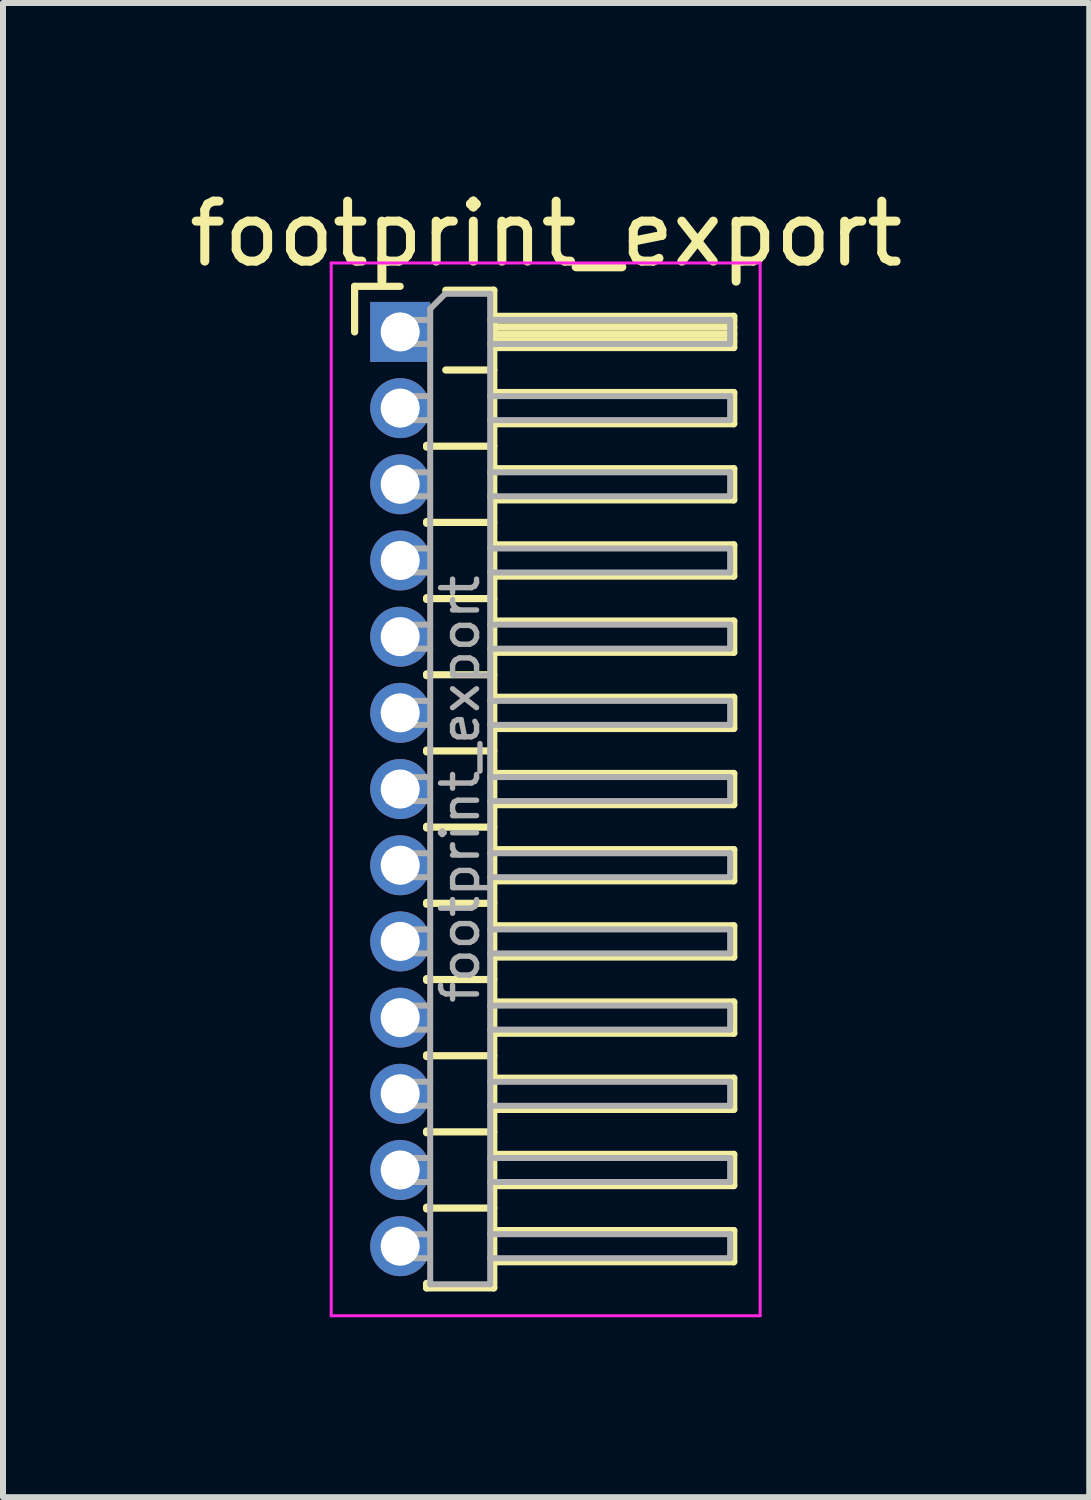
<source format=kicad_pcb>
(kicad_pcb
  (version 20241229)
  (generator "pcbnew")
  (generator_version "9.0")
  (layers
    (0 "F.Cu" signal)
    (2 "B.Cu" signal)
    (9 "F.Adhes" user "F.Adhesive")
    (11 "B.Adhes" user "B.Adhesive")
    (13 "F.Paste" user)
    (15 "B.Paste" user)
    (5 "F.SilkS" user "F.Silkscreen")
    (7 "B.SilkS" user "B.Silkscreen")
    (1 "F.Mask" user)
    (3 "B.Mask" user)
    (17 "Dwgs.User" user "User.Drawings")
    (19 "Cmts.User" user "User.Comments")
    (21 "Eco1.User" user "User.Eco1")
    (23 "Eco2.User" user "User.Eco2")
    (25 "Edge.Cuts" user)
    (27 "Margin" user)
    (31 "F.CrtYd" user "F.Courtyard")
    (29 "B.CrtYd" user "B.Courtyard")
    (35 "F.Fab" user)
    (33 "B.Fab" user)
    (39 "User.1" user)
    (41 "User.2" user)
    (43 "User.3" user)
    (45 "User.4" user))
  (footprint "footprint_export"
    (layer "F.Cu")
    (at 3.621 2.483)
    (property "Reference" "footprint_export" (at 2.433 -1.635 0) (layer "F.SilkS") (effects (font (size 1 1) (thickness 0.15))))
    (attr through_hole)
    (fp_line (start -0.76 -0.76) (end 0 -0.76) (stroke (width 0.12) (type solid)) (layer "F.SilkS"))
    (fp_line (start -0.76 0) (end -0.76 -0.76) (stroke (width 0.12) (type solid)) (layer "F.SilkS"))
    (fp_line (start 0.44 1.89) (end 0.44 1.92) (stroke (width 0.12) (type solid)) (layer "F.SilkS"))
    (fp_line (start 0.44 1.905) (end 1.56 1.905) (stroke (width 0.12) (type solid)) (layer "F.SilkS"))
    (fp_line (start 0.44 3.16) (end 0.44 3.19) (stroke (width 0.12) (type solid)) (layer "F.SilkS"))
    (fp_line (start 0.44 3.175) (end 1.56 3.175) (stroke (width 0.12) (type solid)) (layer "F.SilkS"))
    (fp_line (start 0.44 4.43) (end 0.44 4.46) (stroke (width 0.12) (type solid)) (layer "F.SilkS"))
    (fp_line (start 0.44 4.445) (end 1.56 4.445) (stroke (width 0.12) (type solid)) (layer "F.SilkS"))
    (fp_line (start 0.44 5.7) (end 0.44 5.73) (stroke (width 0.12) (type solid)) (layer "F.SilkS"))
    (fp_line (start 0.44 5.715) (end 1.56 5.715) (stroke (width 0.12) (type solid)) (layer "F.SilkS"))
    (fp_line (start 0.44 6.97) (end 0.44 7) (stroke (width 0.12) (type solid)) (layer "F.SilkS"))
    (fp_line (start 0.44 6.985) (end 1.56 6.985) (stroke (width 0.12) (type solid)) (layer "F.SilkS"))
    (fp_line (start 0.44 8.24) (end 0.44 8.27) (stroke (width 0.12) (type solid)) (layer "F.SilkS"))
    (fp_line (start 0.44 8.255) (end 1.56 8.255) (stroke (width 0.12) (type solid)) (layer "F.SilkS"))
    (fp_line (start 0.44 9.51) (end 0.44 9.54) (stroke (width 0.12) (type solid)) (layer "F.SilkS"))
    (fp_line (start 0.44 9.525) (end 1.56 9.525) (stroke (width 0.12) (type solid)) (layer "F.SilkS"))
    (fp_line (start 0.44 10.78) (end 0.44 10.81) (stroke (width 0.12) (type solid)) (layer "F.SilkS"))
    (fp_line (start 0.44 10.795) (end 1.56 10.795) (stroke (width 0.12) (type solid)) (layer "F.SilkS"))
    (fp_line (start 0.44 12.05) (end 0.44 12.08) (stroke (width 0.12) (type solid)) (layer "F.SilkS"))
    (fp_line (start 0.44 12.065) (end 1.56 12.065) (stroke (width 0.12) (type solid)) (layer "F.SilkS"))
    (fp_line (start 0.44 13.32) (end 0.44 13.35) (stroke (width 0.12) (type solid)) (layer "F.SilkS"))
    (fp_line (start 0.44 13.335) (end 1.56 13.335) (stroke (width 0.12) (type solid)) (layer "F.SilkS"))
    (fp_line (start 0.44 14.59) (end 0.44 14.62) (stroke (width 0.12) (type solid)) (layer "F.SilkS"))
    (fp_line (start 0.44 14.605) (end 1.56 14.605) (stroke (width 0.12) (type solid)) (layer "F.SilkS"))
    (fp_line (start 0.44 15.935) (end 0.44 15.86) (stroke (width 0.12) (type solid)) (layer "F.SilkS"))
    (fp_line (start 0.76 -0.695) (end 1.56 -0.695) (stroke (width 0.12) (type solid)) (layer "F.SilkS"))
    (fp_line (start 0.76 0.635) (end 1.56 0.635) (stroke (width 0.12) (type solid)) (layer "F.SilkS"))
    (fp_line (start 1.56 -0.695) (end 1.56 15.935) (stroke (width 0.12) (type solid)) (layer "F.SilkS"))
    (fp_line (start 1.56 -0.26) (end 5.56 -0.26) (stroke (width 0.12) (type solid)) (layer "F.SilkS"))
    (fp_line (start 1.56 -0.2) (end 5.56 -0.2) (stroke (width 0.12) (type solid)) (layer "F.SilkS"))
    (fp_line (start 1.56 -0.08) (end 5.56 -0.08) (stroke (width 0.12) (type solid)) (layer "F.SilkS"))
    (fp_line (start 1.56 0.04) (end 5.56 0.04) (stroke (width 0.12) (type solid)) (layer "F.SilkS"))
    (fp_line (start 1.56 0.16) (end 5.56 0.16) (stroke (width 0.12) (type solid)) (layer "F.SilkS"))
    (fp_line (start 1.56 1.01) (end 5.56 1.01) (stroke (width 0.12) (type solid)) (layer "F.SilkS"))
    (fp_line (start 1.56 2.28) (end 5.56 2.28) (stroke (width 0.12) (type solid)) (layer "F.SilkS"))
    (fp_line (start 1.56 3.55) (end 5.56 3.55) (stroke (width 0.12) (type solid)) (layer "F.SilkS"))
    (fp_line (start 1.56 4.82) (end 5.56 4.82) (stroke (width 0.12) (type solid)) (layer "F.SilkS"))
    (fp_line (start 1.56 6.09) (end 5.56 6.09) (stroke (width 0.12) (type solid)) (layer "F.SilkS"))
    (fp_line (start 1.56 7.36) (end 5.56 7.36) (stroke (width 0.12) (type solid)) (layer "F.SilkS"))
    (fp_line (start 1.56 8.63) (end 5.56 8.63) (stroke (width 0.12) (type solid)) (layer "F.SilkS"))
    (fp_line (start 1.56 9.9) (end 5.56 9.9) (stroke (width 0.12) (type solid)) (layer "F.SilkS"))
    (fp_line (start 1.56 11.17) (end 5.56 11.17) (stroke (width 0.12) (type solid)) (layer "F.SilkS"))
    (fp_line (start 1.56 12.44) (end 5.56 12.44) (stroke (width 0.12) (type solid)) (layer "F.SilkS"))
    (fp_line (start 1.56 13.71) (end 5.56 13.71) (stroke (width 0.12) (type solid)) (layer "F.SilkS"))
    (fp_line (start 1.56 14.98) (end 5.56 14.98) (stroke (width 0.12) (type solid)) (layer "F.SilkS"))
    (fp_line (start 1.56 15.935) (end 0.44 15.935) (stroke (width 0.12) (type solid)) (layer "F.SilkS"))
    (fp_line (start 5.56 -0.26) (end 5.56 0.26) (stroke (width 0.12) (type solid)) (layer "F.SilkS"))
    (fp_line (start 5.56 0.26) (end 1.56 0.26) (stroke (width 0.12) (type solid)) (layer "F.SilkS"))
    (fp_line (start 5.56 1.01) (end 5.56 1.53) (stroke (width 0.12) (type solid)) (layer "F.SilkS"))
    (fp_line (start 5.56 1.53) (end 1.56 1.53) (stroke (width 0.12) (type solid)) (layer "F.SilkS"))
    (fp_line (start 5.56 2.28) (end 5.56 2.8) (stroke (width 0.12) (type solid)) (layer "F.SilkS"))
    (fp_line (start 5.56 2.8) (end 1.56 2.8) (stroke (width 0.12) (type solid)) (layer "F.SilkS"))
    (fp_line (start 5.56 3.55) (end 5.56 4.07) (stroke (width 0.12) (type solid)) (layer "F.SilkS"))
    (fp_line (start 5.56 4.07) (end 1.56 4.07) (stroke (width 0.12) (type solid)) (layer "F.SilkS"))
    (fp_line (start 5.56 4.82) (end 5.56 5.34) (stroke (width 0.12) (type solid)) (layer "F.SilkS"))
    (fp_line (start 5.56 5.34) (end 1.56 5.34) (stroke (width 0.12) (type solid)) (layer "F.SilkS"))
    (fp_line (start 5.56 6.09) (end 5.56 6.61) (stroke (width 0.12) (type solid)) (layer "F.SilkS"))
    (fp_line (start 5.56 6.61) (end 1.56 6.61) (stroke (width 0.12) (type solid)) (layer "F.SilkS"))
    (fp_line (start 5.56 7.36) (end 5.56 7.88) (stroke (width 0.12) (type solid)) (layer "F.SilkS"))
    (fp_line (start 5.56 7.88) (end 1.56 7.88) (stroke (width 0.12) (type solid)) (layer "F.SilkS"))
    (fp_line (start 5.56 8.63) (end 5.56 9.15) (stroke (width 0.12) (type solid)) (layer "F.SilkS"))
    (fp_line (start 5.56 9.15) (end 1.56 9.15) (stroke (width 0.12) (type solid)) (layer "F.SilkS"))
    (fp_line (start 5.56 9.9) (end 5.56 10.42) (stroke (width 0.12) (type solid)) (layer "F.SilkS"))
    (fp_line (start 5.56 10.42) (end 1.56 10.42) (stroke (width 0.12) (type solid)) (layer "F.SilkS"))
    (fp_line (start 5.56 11.17) (end 5.56 11.69) (stroke (width 0.12) (type solid)) (layer "F.SilkS"))
    (fp_line (start 5.56 11.69) (end 1.56 11.69) (stroke (width 0.12) (type solid)) (layer "F.SilkS"))
    (fp_line (start 5.56 12.44) (end 5.56 12.96) (stroke (width 0.12) (type solid)) (layer "F.SilkS"))
    (fp_line (start 5.56 12.96) (end 1.56 12.96) (stroke (width 0.12) (type solid)) (layer "F.SilkS"))
    (fp_line (start 5.56 13.71) (end 5.56 14.23) (stroke (width 0.12) (type solid)) (layer "F.SilkS"))
    (fp_line (start 5.56 14.23) (end 1.56 14.23) (stroke (width 0.12) (type solid)) (layer "F.SilkS"))
    (fp_line (start 5.56 14.98) (end 5.56 15.5) (stroke (width 0.12) (type solid)) (layer "F.SilkS"))
    (fp_line (start 5.56 15.5) (end 1.56 15.5) (stroke (width 0.12) (type solid)) (layer "F.SilkS"))
    (fp_line (start -1.15 -1.15) (end -1.15 16.4) (stroke (width 0.05) (type solid)) (layer "F.CrtYd"))
    (fp_line (start -1.15 16.4) (end 6 16.4) (stroke (width 0.05) (type solid)) (layer "F.CrtYd"))
    (fp_line (start 6 -1.15) (end -1.15 -1.15) (stroke (width 0.05) (type solid)) (layer "F.CrtYd"))
    (fp_line (start 6 16.4) (end 6 -1.15) (stroke (width 0.05) (type solid)) (layer "F.CrtYd"))
    (fp_line (start -0.2 -0.2) (end -0.2 0.2) (stroke (width 0.1) (type solid)) (layer "F.Fab"))
    (fp_line (start -0.2 -0.2) (end 0.5 -0.2) (stroke (width 0.1) (type solid)) (layer "F.Fab"))
    (fp_line (start -0.2 0.2) (end 0.5 0.2) (stroke (width 0.1) (type solid)) (layer "F.Fab"))
    (fp_line (start -0.2 1.07) (end -0.2 1.47) (stroke (width 0.1) (type solid)) (layer "F.Fab"))
    (fp_line (start -0.2 1.07) (end 0.5 1.07) (stroke (width 0.1) (type solid)) (layer "F.Fab"))
    (fp_line (start -0.2 1.47) (end 0.5 1.47) (stroke (width 0.1) (type solid)) (layer "F.Fab"))
    (fp_line (start -0.2 2.34) (end -0.2 2.74) (stroke (width 0.1) (type solid)) (layer "F.Fab"))
    (fp_line (start -0.2 2.34) (end 0.5 2.34) (stroke (width 0.1) (type solid)) (layer "F.Fab"))
    (fp_line (start -0.2 2.74) (end 0.5 2.74) (stroke (width 0.1) (type solid)) (layer "F.Fab"))
    (fp_line (start -0.2 3.61) (end -0.2 4.01) (stroke (width 0.1) (type solid)) (layer "F.Fab"))
    (fp_line (start -0.2 3.61) (end 0.5 3.61) (stroke (width 0.1) (type solid)) (layer "F.Fab"))
    (fp_line (start -0.2 4.01) (end 0.5 4.01) (stroke (width 0.1) (type solid)) (layer "F.Fab"))
    (fp_line (start -0.2 4.88) (end -0.2 5.28) (stroke (width 0.1) (type solid)) (layer "F.Fab"))
    (fp_line (start -0.2 4.88) (end 0.5 4.88) (stroke (width 0.1) (type solid)) (layer "F.Fab"))
    (fp_line (start -0.2 5.28) (end 0.5 5.28) (stroke (width 0.1) (type solid)) (layer "F.Fab"))
    (fp_line (start -0.2 6.15) (end -0.2 6.55) (stroke (width 0.1) (type solid)) (layer "F.Fab"))
    (fp_line (start -0.2 6.15) (end 0.5 6.15) (stroke (width 0.1) (type solid)) (layer "F.Fab"))
    (fp_line (start -0.2 6.55) (end 0.5 6.55) (stroke (width 0.1) (type solid)) (layer "F.Fab"))
    (fp_line (start -0.2 7.42) (end -0.2 7.82) (stroke (width 0.1) (type solid)) (layer "F.Fab"))
    (fp_line (start -0.2 7.42) (end 0.5 7.42) (stroke (width 0.1) (type solid)) (layer "F.Fab"))
    (fp_line (start -0.2 7.82) (end 0.5 7.82) (stroke (width 0.1) (type solid)) (layer "F.Fab"))
    (fp_line (start -0.2 8.69) (end -0.2 9.09) (stroke (width 0.1) (type solid)) (layer "F.Fab"))
    (fp_line (start -0.2 8.69) (end 0.5 8.69) (stroke (width 0.1) (type solid)) (layer "F.Fab"))
    (fp_line (start -0.2 9.09) (end 0.5 9.09) (stroke (width 0.1) (type solid)) (layer "F.Fab"))
    (fp_line (start -0.2 9.96) (end -0.2 10.36) (stroke (width 0.1) (type solid)) (layer "F.Fab"))
    (fp_line (start -0.2 9.96) (end 0.5 9.96) (stroke (width 0.1) (type solid)) (layer "F.Fab"))
    (fp_line (start -0.2 10.36) (end 0.5 10.36) (stroke (width 0.1) (type solid)) (layer "F.Fab"))
    (fp_line (start -0.2 11.23) (end -0.2 11.63) (stroke (width 0.1) (type solid)) (layer "F.Fab"))
    (fp_line (start -0.2 11.23) (end 0.5 11.23) (stroke (width 0.1) (type solid)) (layer "F.Fab"))
    (fp_line (start -0.2 11.63) (end 0.5 11.63) (stroke (width 0.1) (type solid)) (layer "F.Fab"))
    (fp_line (start -0.2 12.5) (end -0.2 12.9) (stroke (width 0.1) (type solid)) (layer "F.Fab"))
    (fp_line (start -0.2 12.5) (end 0.5 12.5) (stroke (width 0.1) (type solid)) (layer "F.Fab"))
    (fp_line (start -0.2 12.9) (end 0.5 12.9) (stroke (width 0.1) (type solid)) (layer "F.Fab"))
    (fp_line (start -0.2 13.77) (end -0.2 14.17) (stroke (width 0.1) (type solid)) (layer "F.Fab"))
    (fp_line (start -0.2 13.77) (end 0.5 13.77) (stroke (width 0.1) (type solid)) (layer "F.Fab"))
    (fp_line (start -0.2 14.17) (end 0.5 14.17) (stroke (width 0.1) (type solid)) (layer "F.Fab"))
    (fp_line (start -0.2 15.04) (end -0.2 15.44) (stroke (width 0.1) (type solid)) (layer "F.Fab"))
    (fp_line (start -0.2 15.04) (end 0.5 15.04) (stroke (width 0.1) (type solid)) (layer "F.Fab"))
    (fp_line (start -0.2 15.44) (end 0.5 15.44) (stroke (width 0.1) (type solid)) (layer "F.Fab"))
    (fp_line (start 0.5 -0.385) (end 0.75 -0.635) (stroke (width 0.1) (type solid)) (layer "F.Fab"))
    (fp_line (start 0.5 15.875) (end 0.5 -0.385) (stroke (width 0.1) (type solid)) (layer "F.Fab"))
    (fp_line (start 0.75 -0.635) (end 1.5 -0.635) (stroke (width 0.1) (type solid)) (layer "F.Fab"))
    (fp_line (start 1.5 -0.635) (end 1.5 15.875) (stroke (width 0.1) (type solid)) (layer "F.Fab"))
    (fp_line (start 1.5 -0.2) (end 5.5 -0.2) (stroke (width 0.1) (type solid)) (layer "F.Fab"))
    (fp_line (start 1.5 0.2) (end 5.5 0.2) (stroke (width 0.1) (type solid)) (layer "F.Fab"))
    (fp_line (start 1.5 1.07) (end 5.5 1.07) (stroke (width 0.1) (type solid)) (layer "F.Fab"))
    (fp_line (start 1.5 1.47) (end 5.5 1.47) (stroke (width 0.1) (type solid)) (layer "F.Fab"))
    (fp_line (start 1.5 2.34) (end 5.5 2.34) (stroke (width 0.1) (type solid)) (layer "F.Fab"))
    (fp_line (start 1.5 2.74) (end 5.5 2.74) (stroke (width 0.1) (type solid)) (layer "F.Fab"))
    (fp_line (start 1.5 3.61) (end 5.5 3.61) (stroke (width 0.1) (type solid)) (layer "F.Fab"))
    (fp_line (start 1.5 4.01) (end 5.5 4.01) (stroke (width 0.1) (type solid)) (layer "F.Fab"))
    (fp_line (start 1.5 4.88) (end 5.5 4.88) (stroke (width 0.1) (type solid)) (layer "F.Fab"))
    (fp_line (start 1.5 5.28) (end 5.5 5.28) (stroke (width 0.1) (type solid)) (layer "F.Fab"))
    (fp_line (start 1.5 6.15) (end 5.5 6.15) (stroke (width 0.1) (type solid)) (layer "F.Fab"))
    (fp_line (start 1.5 6.55) (end 5.5 6.55) (stroke (width 0.1) (type solid)) (layer "F.Fab"))
    (fp_line (start 1.5 7.42) (end 5.5 7.42) (stroke (width 0.1) (type solid)) (layer "F.Fab"))
    (fp_line (start 1.5 7.82) (end 5.5 7.82) (stroke (width 0.1) (type solid)) (layer "F.Fab"))
    (fp_line (start 1.5 8.69) (end 5.5 8.69) (stroke (width 0.1) (type solid)) (layer "F.Fab"))
    (fp_line (start 1.5 9.09) (end 5.5 9.09) (stroke (width 0.1) (type solid)) (layer "F.Fab"))
    (fp_line (start 1.5 9.96) (end 5.5 9.96) (stroke (width 0.1) (type solid)) (layer "F.Fab"))
    (fp_line (start 1.5 10.36) (end 5.5 10.36) (stroke (width 0.1) (type solid)) (layer "F.Fab"))
    (fp_line (start 1.5 11.23) (end 5.5 11.23) (stroke (width 0.1) (type solid)) (layer "F.Fab"))
    (fp_line (start 1.5 11.63) (end 5.5 11.63) (stroke (width 0.1) (type solid)) (layer "F.Fab"))
    (fp_line (start 1.5 12.5) (end 5.5 12.5) (stroke (width 0.1) (type solid)) (layer "F.Fab"))
    (fp_line (start 1.5 12.9) (end 5.5 12.9) (stroke (width 0.1) (type solid)) (layer "F.Fab"))
    (fp_line (start 1.5 13.77) (end 5.5 13.77) (stroke (width 0.1) (type solid)) (layer "F.Fab"))
    (fp_line (start 1.5 14.17) (end 5.5 14.17) (stroke (width 0.1) (type solid)) (layer "F.Fab"))
    (fp_line (start 1.5 15.04) (end 5.5 15.04) (stroke (width 0.1) (type solid)) (layer "F.Fab"))
    (fp_line (start 1.5 15.44) (end 5.5 15.44) (stroke (width 0.1) (type solid)) (layer "F.Fab"))
    (fp_line (start 1.5 15.875) (end 0.5 15.875) (stroke (width 0.1) (type solid)) (layer "F.Fab"))
    (fp_line (start 5.5 -0.2) (end 5.5 0.2) (stroke (width 0.1) (type solid)) (layer "F.Fab"))
    (fp_line (start 5.5 1.07) (end 5.5 1.47) (stroke (width 0.1) (type solid)) (layer "F.Fab"))
    (fp_line (start 5.5 2.34) (end 5.5 2.74) (stroke (width 0.1) (type solid)) (layer "F.Fab"))
    (fp_line (start 5.5 3.61) (end 5.5 4.01) (stroke (width 0.1) (type solid)) (layer "F.Fab"))
    (fp_line (start 5.5 4.88) (end 5.5 5.28) (stroke (width 0.1) (type solid)) (layer "F.Fab"))
    (fp_line (start 5.5 6.15) (end 5.5 6.55) (stroke (width 0.1) (type solid)) (layer "F.Fab"))
    (fp_line (start 5.5 7.42) (end 5.5 7.82) (stroke (width 0.1) (type solid)) (layer "F.Fab"))
    (fp_line (start 5.5 8.69) (end 5.5 9.09) (stroke (width 0.1) (type solid)) (layer "F.Fab"))
    (fp_line (start 5.5 9.96) (end 5.5 10.36) (stroke (width 0.1) (type solid)) (layer "F.Fab"))
    (fp_line (start 5.5 11.23) (end 5.5 11.63) (stroke (width 0.1) (type solid)) (layer "F.Fab"))
    (fp_line (start 5.5 12.5) (end 5.5 12.9) (stroke (width 0.1) (type solid)) (layer "F.Fab"))
    (fp_line (start 5.5 13.77) (end 5.5 14.17) (stroke (width 0.1) (type solid)) (layer "F.Fab"))
    (fp_line (start 5.5 15.04) (end 5.5 15.44) (stroke (width 0.1) (type solid)) (layer "F.Fab"))
    (fp_text user "${REFERENCE}" (at 1 7.62 90) (layer "F.Fab") (effects (font (size 0.6 0.6) (thickness 0.09))))
    (pad "1" thru_hole rect (at 0 0) (size 1 1) (drill 0.65) (layers "*.Cu" "*.Mask"))
    (pad "2" thru_hole oval (at 0 1.27) (size 1 1) (drill 0.65) (layers "*.Cu" "*.Mask"))
    (pad "3" thru_hole oval (at 0 2.54) (size 1 1) (drill 0.65) (layers "*.Cu" "*.Mask"))
    (pad "4" thru_hole oval (at 0 3.81) (size 1 1) (drill 0.65) (layers "*.Cu" "*.Mask"))
    (pad "5" thru_hole oval (at 0 5.08) (size 1 1) (drill 0.65) (layers "*.Cu" "*.Mask"))
    (pad "6" thru_hole oval (at 0 6.35) (size 1 1) (drill 0.65) (layers "*.Cu" "*.Mask"))
    (pad "7" thru_hole oval (at 0 7.62) (size 1 1) (drill 0.65) (layers "*.Cu" "*.Mask"))
    (pad "8" thru_hole oval (at 0 8.89) (size 1 1) (drill 0.65) (layers "*.Cu" "*.Mask"))
    (pad "9" thru_hole oval (at 0 10.16) (size 1 1) (drill 0.65) (layers "*.Cu" "*.Mask"))
    (pad "10" thru_hole oval (at 0 11.43) (size 1 1) (drill 0.65) (layers "*.Cu" "*.Mask"))
    (pad "11" thru_hole oval (at 0 12.7) (size 1 1) (drill 0.65) (layers "*.Cu" "*.Mask"))
    (pad "12" thru_hole oval (at 0 13.97) (size 1 1) (drill 0.65) (layers "*.Cu" "*.Mask"))
    (pad "13" thru_hole oval (at 0 15.24) (size 1 1) (drill 0.65) (layers "*.Cu" "*.Mask")))
  (gr_rect
    (start -3 -3)
    (end 15.107 21.908)
    (stroke (width 0.1) (type default))
    (fill no)
    (layer "Edge.Cuts")))
</source>
